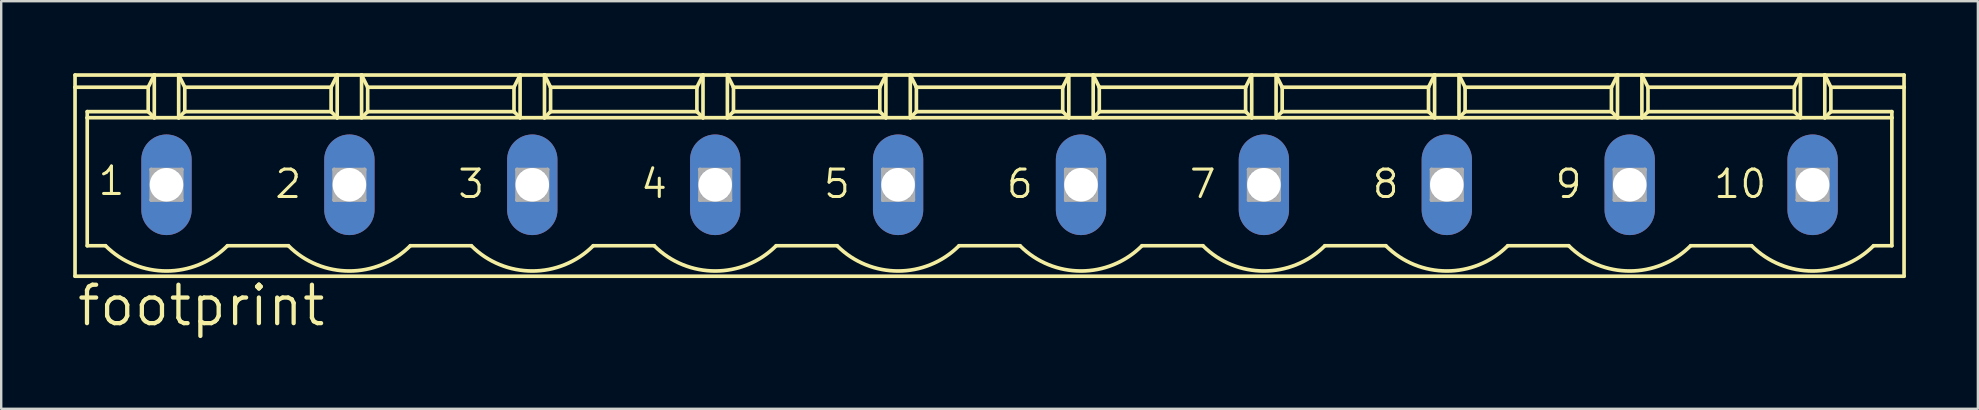
<source format=kicad_pcb>
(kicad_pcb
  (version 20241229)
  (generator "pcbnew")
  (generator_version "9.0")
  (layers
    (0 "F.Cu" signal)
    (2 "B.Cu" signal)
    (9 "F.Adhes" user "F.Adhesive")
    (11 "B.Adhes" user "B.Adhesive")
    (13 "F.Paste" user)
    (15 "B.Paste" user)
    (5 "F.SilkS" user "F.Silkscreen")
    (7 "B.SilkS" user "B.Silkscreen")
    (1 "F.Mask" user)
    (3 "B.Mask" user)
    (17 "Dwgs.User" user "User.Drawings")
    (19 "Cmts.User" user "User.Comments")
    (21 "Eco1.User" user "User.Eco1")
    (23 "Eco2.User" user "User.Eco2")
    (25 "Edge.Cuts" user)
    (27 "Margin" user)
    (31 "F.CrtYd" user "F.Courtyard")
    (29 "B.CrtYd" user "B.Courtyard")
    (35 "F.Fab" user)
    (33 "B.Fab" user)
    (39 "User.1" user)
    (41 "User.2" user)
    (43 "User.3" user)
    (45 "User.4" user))
  (footprint "footprint"
    (layer "F.Cu")
    (at 38.176 4.648)
    (property "Reference" "footprint" (at -38.1 5.969 0) (layer "F.SilkS") (effects (font (size 1.6 1.6) (thickness 0.178)) (justify left bottom)))
    (fp_line (start -38.1 -4.572) (end -34.798 -4.572) (stroke (width 0.152) (type solid)) (layer "F.SilkS"))
    (fp_line (start -38.1 -4.064) (end -38.1 -4.572) (stroke (width 0.152) (type solid)) (layer "F.SilkS"))
    (fp_line (start -38.1 -4.064) (end -35.052 -4.064) (stroke (width 0.152) (type solid)) (layer "F.SilkS"))
    (fp_line (start -38.1 3.81) (end -38.1 -4.064) (stroke (width 0.152) (type solid)) (layer "F.SilkS"))
    (fp_line (start -37.592 -3.048) (end -35.052 -3.048) (stroke (width 0.152) (type solid)) (layer "F.SilkS"))
    (fp_line (start -37.592 -2.794) (end -37.592 -3.048) (stroke (width 0.152) (type solid)) (layer "F.SilkS"))
    (fp_line (start -37.592 -2.794) (end -34.798 -2.794) (stroke (width 0.152) (type solid)) (layer "F.SilkS"))
    (fp_line (start -37.592 2.54) (end -37.592 -2.794) (stroke (width 0.152) (type solid)) (layer "F.SilkS"))
    (fp_line (start -36.83 2.54) (end -37.592 2.54) (stroke (width 0.152) (type solid)) (layer "F.SilkS"))
    (fp_line (start -35.052 -4.064) (end -34.798 -4.572) (stroke (width 0.152) (type solid)) (layer "F.SilkS"))
    (fp_line (start -35.052 -3.048) (end -35.052 -4.064) (stroke (width 0.152) (type solid)) (layer "F.SilkS"))
    (fp_line (start -35.052 -3.048) (end -34.798 -2.794) (stroke (width 0.152) (type solid)) (layer "F.SilkS"))
    (fp_line (start -34.798 -4.572) (end -33.782 -4.572) (stroke (width 0.152) (type solid)) (layer "F.SilkS"))
    (fp_line (start -34.798 -2.794) (end -34.798 -4.572) (stroke (width 0.152) (type solid)) (layer "F.SilkS"))
    (fp_line (start -34.798 -2.794) (end -33.782 -2.794) (stroke (width 0.152) (type solid)) (layer "F.SilkS"))
    (fp_line (start -33.782 -4.572) (end -33.528 -4.064) (stroke (width 0.152) (type solid)) (layer "F.SilkS"))
    (fp_line (start -33.782 -4.572) (end -27.178 -4.572) (stroke (width 0.152) (type solid)) (layer "F.SilkS"))
    (fp_line (start -33.782 -2.794) (end -33.782 -4.572) (stroke (width 0.152) (type solid)) (layer "F.SilkS"))
    (fp_line (start -33.782 -2.794) (end -27.178 -2.794) (stroke (width 0.152) (type solid)) (layer "F.SilkS"))
    (fp_line (start -33.528 -4.064) (end -33.528 -3.048) (stroke (width 0.152) (type solid)) (layer "F.SilkS"))
    (fp_line (start -33.528 -4.064) (end -27.432 -4.064) (stroke (width 0.152) (type solid)) (layer "F.SilkS"))
    (fp_line (start -33.528 -3.048) (end -33.782 -2.794) (stroke (width 0.152) (type solid)) (layer "F.SilkS"))
    (fp_line (start -29.21 2.54) (end -31.75 2.54) (stroke (width 0.152) (type solid)) (layer "F.SilkS"))
    (fp_line (start -27.432 -4.064) (end -27.432 -3.048) (stroke (width 0.152) (type solid)) (layer "F.SilkS"))
    (fp_line (start -27.432 -4.064) (end -27.178 -4.572) (stroke (width 0.152) (type solid)) (layer "F.SilkS"))
    (fp_line (start -27.432 -3.048) (end -33.528 -3.048) (stroke (width 0.152) (type solid)) (layer "F.SilkS"))
    (fp_line (start -27.432 -3.048) (end -27.178 -2.794) (stroke (width 0.152) (type solid)) (layer "F.SilkS"))
    (fp_line (start -27.178 -4.572) (end -26.162 -4.572) (stroke (width 0.152) (type solid)) (layer "F.SilkS"))
    (fp_line (start -27.178 -2.794) (end -27.178 -4.572) (stroke (width 0.152) (type solid)) (layer "F.SilkS"))
    (fp_line (start -27.178 -2.794) (end -26.162 -2.794) (stroke (width 0.152) (type solid)) (layer "F.SilkS"))
    (fp_line (start -26.162 -4.572) (end -25.908 -4.064) (stroke (width 0.152) (type solid)) (layer "F.SilkS"))
    (fp_line (start -26.162 -4.572) (end -19.558 -4.572) (stroke (width 0.152) (type solid)) (layer "F.SilkS"))
    (fp_line (start -26.162 -2.794) (end -26.162 -4.572) (stroke (width 0.152) (type solid)) (layer "F.SilkS"))
    (fp_line (start -26.162 -2.794) (end -19.558 -2.794) (stroke (width 0.152) (type solid)) (layer "F.SilkS"))
    (fp_line (start -25.908 -4.064) (end -25.908 -3.048) (stroke (width 0.152) (type solid)) (layer "F.SilkS"))
    (fp_line (start -25.908 -4.064) (end -19.812 -4.064) (stroke (width 0.152) (type solid)) (layer "F.SilkS"))
    (fp_line (start -25.908 -3.048) (end -26.162 -2.794) (stroke (width 0.152) (type solid)) (layer "F.SilkS"))
    (fp_line (start -25.908 -3.048) (end -19.812 -3.048) (stroke (width 0.152) (type solid)) (layer "F.SilkS"))
    (fp_line (start -21.59 2.54) (end -24.13 2.54) (stroke (width 0.152) (type solid)) (layer "F.SilkS"))
    (fp_line (start -19.812 -4.064) (end -19.558 -4.572) (stroke (width 0.152) (type solid)) (layer "F.SilkS"))
    (fp_line (start -19.812 -3.048) (end -19.812 -4.064) (stroke (width 0.152) (type solid)) (layer "F.SilkS"))
    (fp_line (start -19.812 -3.048) (end -19.558 -2.794) (stroke (width 0.152) (type solid)) (layer "F.SilkS"))
    (fp_line (start -19.558 -4.572) (end -18.542 -4.572) (stroke (width 0.152) (type solid)) (layer "F.SilkS"))
    (fp_line (start -19.558 -2.794) (end -19.558 -4.572) (stroke (width 0.152) (type solid)) (layer "F.SilkS"))
    (fp_line (start -19.558 -2.794) (end -18.542 -2.794) (stroke (width 0.152) (type solid)) (layer "F.SilkS"))
    (fp_line (start -18.542 -4.572) (end -18.288 -4.064) (stroke (width 0.152) (type solid)) (layer "F.SilkS"))
    (fp_line (start -18.542 -4.572) (end -11.938 -4.572) (stroke (width 0.152) (type solid)) (layer "F.SilkS"))
    (fp_line (start -18.542 -2.794) (end -18.542 -4.572) (stroke (width 0.152) (type solid)) (layer "F.SilkS"))
    (fp_line (start -18.542 -2.794) (end -11.938 -2.794) (stroke (width 0.152) (type solid)) (layer "F.SilkS"))
    (fp_line (start -18.288 -4.064) (end -18.288 -3.048) (stroke (width 0.152) (type solid)) (layer "F.SilkS"))
    (fp_line (start -18.288 -4.064) (end -12.192 -4.064) (stroke (width 0.152) (type solid)) (layer "F.SilkS"))
    (fp_line (start -18.288 -3.048) (end -18.542 -2.794) (stroke (width 0.152) (type solid)) (layer "F.SilkS"))
    (fp_line (start -13.97 2.54) (end -16.51 2.54) (stroke (width 0.152) (type solid)) (layer "F.SilkS"))
    (fp_line (start -12.192 -4.064) (end -12.192 -3.048) (stroke (width 0.152) (type solid)) (layer "F.SilkS"))
    (fp_line (start -12.192 -4.064) (end -11.938 -4.572) (stroke (width 0.152) (type solid)) (layer "F.SilkS"))
    (fp_line (start -12.192 -3.048) (end -18.288 -3.048) (stroke (width 0.152) (type solid)) (layer "F.SilkS"))
    (fp_line (start -12.192 -3.048) (end -11.938 -2.794) (stroke (width 0.152) (type solid)) (layer "F.SilkS"))
    (fp_line (start -11.938 -4.572) (end -10.922 -4.572) (stroke (width 0.152) (type solid)) (layer "F.SilkS"))
    (fp_line (start -11.938 -2.794) (end -11.938 -4.572) (stroke (width 0.152) (type solid)) (layer "F.SilkS"))
    (fp_line (start -11.938 -2.794) (end -10.922 -2.794) (stroke (width 0.152) (type solid)) (layer "F.SilkS"))
    (fp_line (start -10.922 -4.572) (end -10.668 -4.064) (stroke (width 0.152) (type solid)) (layer "F.SilkS"))
    (fp_line (start -10.922 -4.572) (end -4.318 -4.572) (stroke (width 0.152) (type solid)) (layer "F.SilkS"))
    (fp_line (start -10.922 -2.794) (end -10.922 -4.572) (stroke (width 0.152) (type solid)) (layer "F.SilkS"))
    (fp_line (start -10.922 -2.794) (end -4.318 -2.794) (stroke (width 0.152) (type solid)) (layer "F.SilkS"))
    (fp_line (start -10.668 -4.064) (end -10.668 -3.048) (stroke (width 0.152) (type solid)) (layer "F.SilkS"))
    (fp_line (start -10.668 -4.064) (end -4.572 -4.064) (stroke (width 0.152) (type solid)) (layer "F.SilkS"))
    (fp_line (start -10.668 -3.048) (end -10.922 -2.794) (stroke (width 0.152) (type solid)) (layer "F.SilkS"))
    (fp_line (start -10.668 -3.048) (end -4.572 -3.048) (stroke (width 0.152) (type solid)) (layer "F.SilkS"))
    (fp_line (start -6.35 2.54) (end -8.89 2.54) (stroke (width 0.152) (type solid)) (layer "F.SilkS"))
    (fp_line (start -4.572 -4.064) (end -4.572 -3.048) (stroke (width 0.152) (type solid)) (layer "F.SilkS"))
    (fp_line (start -4.572 -4.064) (end -4.318 -4.572) (stroke (width 0.152) (type solid)) (layer "F.SilkS"))
    (fp_line (start -4.572 -3.048) (end -4.318 -2.794) (stroke (width 0.152) (type solid)) (layer "F.SilkS"))
    (fp_line (start -4.318 -4.572) (end -3.302 -4.572) (stroke (width 0.152) (type solid)) (layer "F.SilkS"))
    (fp_line (start -4.318 -2.794) (end -4.318 -4.572) (stroke (width 0.152) (type solid)) (layer "F.SilkS"))
    (fp_line (start -4.318 -2.794) (end -3.302 -2.794) (stroke (width 0.152) (type solid)) (layer "F.SilkS"))
    (fp_line (start -3.302 -4.572) (end -3.048 -4.064) (stroke (width 0.152) (type solid)) (layer "F.SilkS"))
    (fp_line (start -3.302 -4.572) (end 3.302 -4.572) (stroke (width 0.152) (type solid)) (layer "F.SilkS"))
    (fp_line (start -3.302 -2.794) (end -3.302 -4.572) (stroke (width 0.152) (type solid)) (layer "F.SilkS"))
    (fp_line (start -3.302 -2.794) (end 3.302 -2.794) (stroke (width 0.152) (type solid)) (layer "F.SilkS"))
    (fp_line (start -3.048 -4.064) (end -3.048 -3.048) (stroke (width 0.152) (type solid)) (layer "F.SilkS"))
    (fp_line (start -3.048 -4.064) (end 3.048 -4.064) (stroke (width 0.152) (type solid)) (layer "F.SilkS"))
    (fp_line (start -3.048 -3.048) (end -3.302 -2.794) (stroke (width 0.152) (type solid)) (layer "F.SilkS"))
    (fp_line (start -3.048 -3.048) (end 3.048 -3.048) (stroke (width 0.152) (type solid)) (layer "F.SilkS"))
    (fp_line (start 1.27 2.54) (end -1.27 2.54) (stroke (width 0.152) (type solid)) (layer "F.SilkS"))
    (fp_line (start 3.048 -4.064) (end 3.048 -3.048) (stroke (width 0.152) (type solid)) (layer "F.SilkS"))
    (fp_line (start 3.048 -4.064) (end 3.302 -4.572) (stroke (width 0.152) (type solid)) (layer "F.SilkS"))
    (fp_line (start 3.048 -3.048) (end 3.302 -2.794) (stroke (width 0.152) (type solid)) (layer "F.SilkS"))
    (fp_line (start 3.302 -4.572) (end 4.318 -4.572) (stroke (width 0.152) (type solid)) (layer "F.SilkS"))
    (fp_line (start 3.302 -2.794) (end 3.302 -4.572) (stroke (width 0.152) (type solid)) (layer "F.SilkS"))
    (fp_line (start 3.302 -2.794) (end 4.318 -2.794) (stroke (width 0.152) (type solid)) (layer "F.SilkS"))
    (fp_line (start 4.318 -4.572) (end 4.572 -4.064) (stroke (width 0.152) (type solid)) (layer "F.SilkS"))
    (fp_line (start 4.318 -4.572) (end 10.922 -4.572) (stroke (width 0.152) (type solid)) (layer "F.SilkS"))
    (fp_line (start 4.318 -2.794) (end 4.318 -4.572) (stroke (width 0.152) (type solid)) (layer "F.SilkS"))
    (fp_line (start 4.318 -2.794) (end 10.922 -2.794) (stroke (width 0.152) (type solid)) (layer "F.SilkS"))
    (fp_line (start 4.572 -4.064) (end 4.572 -3.048) (stroke (width 0.152) (type solid)) (layer "F.SilkS"))
    (fp_line (start 4.572 -4.064) (end 10.668 -4.064) (stroke (width 0.152) (type solid)) (layer "F.SilkS"))
    (fp_line (start 4.572 -3.048) (end 4.318 -2.794) (stroke (width 0.152) (type solid)) (layer "F.SilkS"))
    (fp_line (start 4.572 -3.048) (end 10.668 -3.048) (stroke (width 0.152) (type solid)) (layer "F.SilkS"))
    (fp_line (start 8.89 2.54) (end 6.35 2.54) (stroke (width 0.152) (type solid)) (layer "F.SilkS"))
    (fp_line (start 10.668 -4.064) (end 10.668 -3.048) (stroke (width 0.152) (type solid)) (layer "F.SilkS"))
    (fp_line (start 10.668 -4.064) (end 10.922 -4.572) (stroke (width 0.152) (type solid)) (layer "F.SilkS"))
    (fp_line (start 10.668 -3.048) (end 10.922 -2.794) (stroke (width 0.152) (type solid)) (layer "F.SilkS"))
    (fp_line (start 10.922 -4.572) (end 11.938 -4.572) (stroke (width 0.152) (type solid)) (layer "F.SilkS"))
    (fp_line (start 10.922 -2.794) (end 10.922 -4.572) (stroke (width 0.152) (type solid)) (layer "F.SilkS"))
    (fp_line (start 10.922 -2.794) (end 11.938 -2.794) (stroke (width 0.152) (type solid)) (layer "F.SilkS"))
    (fp_line (start 11.938 -4.572) (end 12.192 -4.064) (stroke (width 0.152) (type solid)) (layer "F.SilkS"))
    (fp_line (start 11.938 -4.572) (end 18.542 -4.572) (stroke (width 0.152) (type solid)) (layer "F.SilkS"))
    (fp_line (start 11.938 -2.794) (end 11.938 -4.572) (stroke (width 0.152) (type solid)) (layer "F.SilkS"))
    (fp_line (start 11.938 -2.794) (end 18.542 -2.794) (stroke (width 0.152) (type solid)) (layer "F.SilkS"))
    (fp_line (start 12.192 -4.064) (end 12.192 -3.048) (stroke (width 0.152) (type solid)) (layer "F.SilkS"))
    (fp_line (start 12.192 -4.064) (end 18.288 -4.064) (stroke (width 0.152) (type solid)) (layer "F.SilkS"))
    (fp_line (start 12.192 -3.048) (end 11.938 -2.794) (stroke (width 0.152) (type solid)) (layer "F.SilkS"))
    (fp_line (start 12.192 -3.048) (end 18.288 -3.048) (stroke (width 0.152) (type solid)) (layer "F.SilkS"))
    (fp_line (start 16.51 2.54) (end 13.97 2.54) (stroke (width 0.152) (type solid)) (layer "F.SilkS"))
    (fp_line (start 18.288 -4.064) (end 18.288 -3.048) (stroke (width 0.152) (type solid)) (layer "F.SilkS"))
    (fp_line (start 18.288 -4.064) (end 18.542 -4.572) (stroke (width 0.152) (type solid)) (layer "F.SilkS"))
    (fp_line (start 18.288 -3.048) (end 18.542 -2.794) (stroke (width 0.152) (type solid)) (layer "F.SilkS"))
    (fp_line (start 18.542 -4.572) (end 19.558 -4.572) (stroke (width 0.152) (type solid)) (layer "F.SilkS"))
    (fp_line (start 18.542 -2.794) (end 18.542 -4.572) (stroke (width 0.152) (type solid)) (layer "F.SilkS"))
    (fp_line (start 18.542 -2.794) (end 19.558 -2.794) (stroke (width 0.152) (type solid)) (layer "F.SilkS"))
    (fp_line (start 19.558 -4.572) (end 19.812 -4.064) (stroke (width 0.152) (type solid)) (layer "F.SilkS"))
    (fp_line (start 19.558 -4.572) (end 26.162 -4.572) (stroke (width 0.152) (type solid)) (layer "F.SilkS"))
    (fp_line (start 19.558 -2.794) (end 19.558 -4.572) (stroke (width 0.152) (type solid)) (layer "F.SilkS"))
    (fp_line (start 19.558 -2.794) (end 26.162 -2.794) (stroke (width 0.152) (type solid)) (layer "F.SilkS"))
    (fp_line (start 19.812 -4.064) (end 19.812 -3.048) (stroke (width 0.152) (type solid)) (layer "F.SilkS"))
    (fp_line (start 19.812 -4.064) (end 25.908 -4.064) (stroke (width 0.152) (type solid)) (layer "F.SilkS"))
    (fp_line (start 19.812 -3.048) (end 19.558 -2.794) (stroke (width 0.152) (type solid)) (layer "F.SilkS"))
    (fp_line (start 19.812 -3.048) (end 25.908 -3.048) (stroke (width 0.152) (type solid)) (layer "F.SilkS"))
    (fp_line (start 24.13 2.54) (end 21.59 2.54) (stroke (width 0.152) (type solid)) (layer "F.SilkS"))
    (fp_line (start 25.908 -4.064) (end 25.908 -3.048) (stroke (width 0.152) (type solid)) (layer "F.SilkS"))
    (fp_line (start 25.908 -4.064) (end 26.162 -4.572) (stroke (width 0.152) (type solid)) (layer "F.SilkS"))
    (fp_line (start 25.908 -3.048) (end 26.162 -2.794) (stroke (width 0.152) (type solid)) (layer "F.SilkS"))
    (fp_line (start 26.162 -4.572) (end 27.178 -4.572) (stroke (width 0.152) (type solid)) (layer "F.SilkS"))
    (fp_line (start 26.162 -2.794) (end 26.162 -4.572) (stroke (width 0.152) (type solid)) (layer "F.SilkS"))
    (fp_line (start 26.162 -2.794) (end 27.178 -2.794) (stroke (width 0.152) (type solid)) (layer "F.SilkS"))
    (fp_line (start 27.178 -4.572) (end 27.432 -4.064) (stroke (width 0.152) (type solid)) (layer "F.SilkS"))
    (fp_line (start 27.178 -4.572) (end 33.782 -4.572) (stroke (width 0.152) (type solid)) (layer "F.SilkS"))
    (fp_line (start 27.178 -2.794) (end 27.178 -4.572) (stroke (width 0.152) (type solid)) (layer "F.SilkS"))
    (fp_line (start 27.178 -2.794) (end 33.782 -2.794) (stroke (width 0.152) (type solid)) (layer "F.SilkS"))
    (fp_line (start 27.432 -4.064) (end 27.432 -3.048) (stroke (width 0.152) (type solid)) (layer "F.SilkS"))
    (fp_line (start 27.432 -4.064) (end 33.528 -4.064) (stroke (width 0.152) (type solid)) (layer "F.SilkS"))
    (fp_line (start 27.432 -3.048) (end 27.178 -2.794) (stroke (width 0.152) (type solid)) (layer "F.SilkS"))
    (fp_line (start 27.432 -3.048) (end 33.528 -3.048) (stroke (width 0.152) (type solid)) (layer "F.SilkS"))
    (fp_line (start 31.75 2.54) (end 29.21 2.54) (stroke (width 0.152) (type solid)) (layer "F.SilkS"))
    (fp_line (start 33.528 -4.064) (end 33.528 -3.048) (stroke (width 0.152) (type solid)) (layer "F.SilkS"))
    (fp_line (start 33.528 -4.064) (end 33.782 -4.572) (stroke (width 0.152) (type solid)) (layer "F.SilkS"))
    (fp_line (start 33.528 -3.048) (end 33.782 -2.794) (stroke (width 0.152) (type solid)) (layer "F.SilkS"))
    (fp_line (start 33.782 -4.572) (end 34.798 -4.572) (stroke (width 0.152) (type solid)) (layer "F.SilkS"))
    (fp_line (start 33.782 -2.794) (end 33.782 -4.572) (stroke (width 0.152) (type solid)) (layer "F.SilkS"))
    (fp_line (start 33.782 -2.794) (end 34.798 -2.794) (stroke (width 0.152) (type solid)) (layer "F.SilkS"))
    (fp_line (start 34.798 -4.572) (end 35.052 -4.064) (stroke (width 0.152) (type solid)) (layer "F.SilkS"))
    (fp_line (start 34.798 -4.572) (end 38.1 -4.572) (stroke (width 0.152) (type solid)) (layer "F.SilkS"))
    (fp_line (start 34.798 -2.794) (end 34.798 -4.572) (stroke (width 0.152) (type solid)) (layer "F.SilkS"))
    (fp_line (start 34.798 -2.794) (end 37.592 -2.794) (stroke (width 0.152) (type solid)) (layer "F.SilkS"))
    (fp_line (start 35.052 -4.064) (end 35.052 -3.048) (stroke (width 0.152) (type solid)) (layer "F.SilkS"))
    (fp_line (start 35.052 -4.064) (end 38.1 -4.064) (stroke (width 0.152) (type solid)) (layer "F.SilkS"))
    (fp_line (start 35.052 -3.048) (end 34.798 -2.794) (stroke (width 0.152) (type solid)) (layer "F.SilkS"))
    (fp_line (start 35.052 -3.048) (end 37.592 -3.048) (stroke (width 0.152) (type solid)) (layer "F.SilkS"))
    (fp_line (start 37.592 -3.048) (end 37.592 -2.794) (stroke (width 0.152) (type solid)) (layer "F.SilkS"))
    (fp_line (start 37.592 -2.794) (end 37.592 2.54) (stroke (width 0.152) (type solid)) (layer "F.SilkS"))
    (fp_line (start 37.592 2.54) (end 36.83 2.54) (stroke (width 0.152) (type solid)) (layer "F.SilkS"))
    (fp_line (start 38.1 -4.064) (end 38.1 -4.572) (stroke (width 0.152) (type solid)) (layer "F.SilkS"))
    (fp_line (start 38.1 3.81) (end -38.1 3.81) (stroke (width 0.152) (type solid)) (layer "F.SilkS"))
    (fp_line (start 38.1 3.81) (end 38.1 -4.064) (stroke (width 0.152) (type solid)) (layer "F.SilkS"))
    (fp_arc (start -31.75 2.54) (mid -34.29 3.592102) (end -36.83 2.54) (stroke (width 0.1524) (type solid)) (layer "F.SilkS"))
    (fp_arc (start -24.13 2.54) (mid -26.67 3.592102) (end -29.21 2.54) (stroke (width 0.1524) (type solid)) (layer "F.SilkS"))
    (fp_arc (start -16.51 2.54) (mid -19.05 3.592102) (end -21.59 2.54) (stroke (width 0.1524) (type solid)) (layer "F.SilkS"))
    (fp_arc (start -8.89 2.54) (mid -11.43 3.592102) (end -13.97 2.54) (stroke (width 0.1524) (type solid)) (layer "F.SilkS"))
    (fp_arc (start -1.27 2.54) (mid -3.81 3.592102) (end -6.35 2.54) (stroke (width 0.1524) (type solid)) (layer "F.SilkS"))
    (fp_arc (start 6.35 2.54) (mid 3.81 3.592102) (end 1.27 2.54) (stroke (width 0.1524) (type solid)) (layer "F.SilkS"))
    (fp_arc (start 13.97 2.54) (mid 11.43 3.592102) (end 8.89 2.54) (stroke (width 0.1524) (type solid)) (layer "F.SilkS"))
    (fp_arc (start 21.59 2.54) (mid 19.05 3.592102) (end 16.51 2.54) (stroke (width 0.1524) (type solid)) (layer "F.SilkS"))
    (fp_arc (start 29.21 2.54) (mid 26.67 3.592102) (end 24.13 2.54) (stroke (width 0.1524) (type solid)) (layer "F.SilkS"))
    (fp_arc (start 36.83 2.54) (mid 34.29 3.592102) (end 31.75 2.54) (stroke (width 0.1524) (type solid)) (layer "F.SilkS"))
    (fp_line (start -34.925 -0.635) (end -34.925 0.635) (stroke (width 0.152) (type solid)) (layer "F.Fab"))
    (fp_line (start -34.925 -0.635) (end -33.655 0.635) (stroke (width 0.152) (type solid)) (layer "F.Fab"))
    (fp_line (start -34.925 0.635) (end -33.655 -0.635) (stroke (width 0.152) (type solid)) (layer "F.Fab"))
    (fp_line (start -34.925 0.635) (end -33.655 0.635) (stroke (width 0.152) (type solid)) (layer "F.Fab"))
    (fp_line (start -33.655 -0.635) (end -34.925 -0.635) (stroke (width 0.152) (type solid)) (layer "F.Fab"))
    (fp_line (start -33.655 0.635) (end -33.655 -0.635) (stroke (width 0.152) (type solid)) (layer "F.Fab"))
    (fp_line (start -27.305 -0.635) (end -27.305 0.635) (stroke (width 0.152) (type solid)) (layer "F.Fab"))
    (fp_line (start -27.305 -0.635) (end -26.035 0.635) (stroke (width 0.152) (type solid)) (layer "F.Fab"))
    (fp_line (start -27.305 0.635) (end -26.035 -0.635) (stroke (width 0.152) (type solid)) (layer "F.Fab"))
    (fp_line (start -27.305 0.635) (end -26.035 0.635) (stroke (width 0.152) (type solid)) (layer "F.Fab"))
    (fp_line (start -26.035 -0.635) (end -27.305 -0.635) (stroke (width 0.152) (type solid)) (layer "F.Fab"))
    (fp_line (start -26.035 0.635) (end -26.035 -0.635) (stroke (width 0.152) (type solid)) (layer "F.Fab"))
    (fp_line (start -19.685 -0.635) (end -19.685 0.635) (stroke (width 0.152) (type solid)) (layer "F.Fab"))
    (fp_line (start -19.685 -0.635) (end -18.415 0.635) (stroke (width 0.152) (type solid)) (layer "F.Fab"))
    (fp_line (start -19.685 0.635) (end -18.415 -0.635) (stroke (width 0.152) (type solid)) (layer "F.Fab"))
    (fp_line (start -19.685 0.635) (end -18.415 0.635) (stroke (width 0.152) (type solid)) (layer "F.Fab"))
    (fp_line (start -18.415 -0.635) (end -19.685 -0.635) (stroke (width 0.152) (type solid)) (layer "F.Fab"))
    (fp_line (start -18.415 0.635) (end -18.415 -0.635) (stroke (width 0.152) (type solid)) (layer "F.Fab"))
    (fp_line (start -12.065 -0.635) (end -12.065 0.635) (stroke (width 0.152) (type solid)) (layer "F.Fab"))
    (fp_line (start -12.065 -0.635) (end -10.795 0.635) (stroke (width 0.152) (type solid)) (layer "F.Fab"))
    (fp_line (start -12.065 0.635) (end -10.795 -0.635) (stroke (width 0.152) (type solid)) (layer "F.Fab"))
    (fp_line (start -12.065 0.635) (end -10.795 0.635) (stroke (width 0.152) (type solid)) (layer "F.Fab"))
    (fp_line (start -10.795 -0.635) (end -12.065 -0.635) (stroke (width 0.152) (type solid)) (layer "F.Fab"))
    (fp_line (start -10.795 0.635) (end -10.795 -0.635) (stroke (width 0.152) (type solid)) (layer "F.Fab"))
    (fp_line (start -4.445 -0.635) (end -4.445 0.635) (stroke (width 0.152) (type solid)) (layer "F.Fab"))
    (fp_line (start -4.445 -0.635) (end -3.175 0.635) (stroke (width 0.152) (type solid)) (layer "F.Fab"))
    (fp_line (start -4.445 0.635) (end -3.175 -0.635) (stroke (width 0.152) (type solid)) (layer "F.Fab"))
    (fp_line (start -4.445 0.635) (end -3.175 0.635) (stroke (width 0.152) (type solid)) (layer "F.Fab"))
    (fp_line (start -3.175 -0.635) (end -4.445 -0.635) (stroke (width 0.152) (type solid)) (layer "F.Fab"))
    (fp_line (start -3.175 0.635) (end -3.175 -0.635) (stroke (width 0.152) (type solid)) (layer "F.Fab"))
    (fp_line (start 3.175 -0.635) (end 3.175 0.635) (stroke (width 0.152) (type solid)) (layer "F.Fab"))
    (fp_line (start 3.175 -0.635) (end 4.445 0.635) (stroke (width 0.152) (type solid)) (layer "F.Fab"))
    (fp_line (start 3.175 0.635) (end 4.445 -0.635) (stroke (width 0.152) (type solid)) (layer "F.Fab"))
    (fp_line (start 3.175 0.635) (end 4.445 0.635) (stroke (width 0.152) (type solid)) (layer "F.Fab"))
    (fp_line (start 4.445 -0.635) (end 3.175 -0.635) (stroke (width 0.152) (type solid)) (layer "F.Fab"))
    (fp_line (start 4.445 0.635) (end 4.445 -0.635) (stroke (width 0.152) (type solid)) (layer "F.Fab"))
    (fp_line (start 10.795 -0.635) (end 10.795 0.635) (stroke (width 0.152) (type solid)) (layer "F.Fab"))
    (fp_line (start 10.795 -0.635) (end 12.065 0.635) (stroke (width 0.152) (type solid)) (layer "F.Fab"))
    (fp_line (start 10.795 0.635) (end 12.065 -0.635) (stroke (width 0.152) (type solid)) (layer "F.Fab"))
    (fp_line (start 10.795 0.635) (end 12.065 0.635) (stroke (width 0.152) (type solid)) (layer "F.Fab"))
    (fp_line (start 12.065 -0.635) (end 10.795 -0.635) (stroke (width 0.152) (type solid)) (layer "F.Fab"))
    (fp_line (start 12.065 0.635) (end 12.065 -0.635) (stroke (width 0.152) (type solid)) (layer "F.Fab"))
    (fp_line (start 18.415 -0.635) (end 18.415 0.635) (stroke (width 0.152) (type solid)) (layer "F.Fab"))
    (fp_line (start 18.415 -0.635) (end 19.685 0.635) (stroke (width 0.152) (type solid)) (layer "F.Fab"))
    (fp_line (start 18.415 0.635) (end 19.685 -0.635) (stroke (width 0.152) (type solid)) (layer "F.Fab"))
    (fp_line (start 18.415 0.635) (end 19.685 0.635) (stroke (width 0.152) (type solid)) (layer "F.Fab"))
    (fp_line (start 19.685 -0.635) (end 18.415 -0.635) (stroke (width 0.152) (type solid)) (layer "F.Fab"))
    (fp_line (start 19.685 0.635) (end 19.685 -0.635) (stroke (width 0.152) (type solid)) (layer "F.Fab"))
    (fp_line (start 26.035 -0.635) (end 26.035 0.635) (stroke (width 0.152) (type solid)) (layer "F.Fab"))
    (fp_line (start 26.035 -0.635) (end 27.305 0.635) (stroke (width 0.152) (type solid)) (layer "F.Fab"))
    (fp_line (start 26.035 0.635) (end 27.305 -0.635) (stroke (width 0.152) (type solid)) (layer "F.Fab"))
    (fp_line (start 26.035 0.635) (end 27.305 0.635) (stroke (width 0.152) (type solid)) (layer "F.Fab"))
    (fp_line (start 27.305 -0.635) (end 26.035 -0.635) (stroke (width 0.152) (type solid)) (layer "F.Fab"))
    (fp_line (start 27.305 0.635) (end 27.305 -0.635) (stroke (width 0.152) (type solid)) (layer "F.Fab"))
    (fp_line (start 33.655 -0.635) (end 33.655 0.635) (stroke (width 0.152) (type solid)) (layer "F.Fab"))
    (fp_line (start 33.655 -0.635) (end 34.925 0.635) (stroke (width 0.152) (type solid)) (layer "F.Fab"))
    (fp_line (start 33.655 0.635) (end 34.925 -0.635) (stroke (width 0.152) (type solid)) (layer "F.Fab"))
    (fp_line (start 33.655 0.635) (end 34.925 0.635) (stroke (width 0.152) (type solid)) (layer "F.Fab"))
    (fp_line (start 34.925 -0.635) (end 33.655 -0.635) (stroke (width 0.152) (type solid)) (layer "F.Fab"))
    (fp_line (start 34.925 0.635) (end 34.925 -0.635) (stroke (width 0.152) (type solid)) (layer "F.Fab"))
    (fp_text user "2" (at -29.845 0.635 0) (layer "F.SilkS") (effects (font (size 1.143 1.143) (thickness 0.127)) (justify left bottom)))
    (fp_text user "1" (at -37.211 0.508 0) (layer "F.SilkS") (effects (font (size 1.143 1.143) (thickness 0.127)) (justify left bottom)))
    (fp_text user "7" (at 8.255 0.635 0) (layer "F.SilkS") (effects (font (size 1.143 1.143) (thickness 0.127)) (justify left bottom)))
    (fp_text user "5" (at -6.985 0.635 0) (layer "F.SilkS") (effects (font (size 1.143 1.143) (thickness 0.127)) (justify left bottom)))
    (fp_text user "10" (at 30.099 0.635 0) (layer "F.SilkS") (effects (font (size 1.143 1.143) (thickness 0.127)) (justify left bottom)))
    (fp_text user "4" (at -14.605 0.635 0) (layer "F.SilkS") (effects (font (size 1.143 1.143) (thickness 0.127)) (justify left bottom)))
    (fp_text user "6" (at 0.635 0.635 0) (layer "F.SilkS") (effects (font (size 1.143 1.143) (thickness 0.127)) (justify left bottom)))
    (fp_text user "3" (at -22.225 0.635 0) (layer "F.SilkS") (effects (font (size 1.143 1.143) (thickness 0.127)) (justify left bottom)))
    (fp_text user "8" (at 15.875 0.635 0) (layer "F.SilkS") (effects (font (size 1.143 1.143) (thickness 0.127)) (justify left bottom)))
    (fp_text user "9" (at 23.495 0.635 0) (layer "F.SilkS") (effects (font (size 1.143 1.143) (thickness 0.127)) (justify left bottom)))
    (pad "1" thru_hole oval (at -34.29 0 90) (size 4.191 2.095) (drill 1.397) (layers "*.Cu" "*.Mask"))
    (pad "2" thru_hole oval (at -26.67 0 90) (size 4.191 2.095) (drill 1.397) (layers "*.Cu" "*.Mask"))
    (pad "3" thru_hole oval (at -19.05 0 90) (size 4.191 2.095) (drill 1.397) (layers "*.Cu" "*.Mask"))
    (pad "4" thru_hole oval (at -11.43 0 90) (size 4.191 2.095) (drill 1.397) (layers "*.Cu" "*.Mask"))
    (pad "5" thru_hole oval (at -3.81 0 90) (size 4.191 2.095) (drill 1.397) (layers "*.Cu" "*.Mask"))
    (pad "6" thru_hole oval (at 3.81 0 90) (size 4.191 2.095) (drill 1.397) (layers "*.Cu" "*.Mask"))
    (pad "7" thru_hole oval (at 11.43 0 90) (size 4.191 2.095) (drill 1.397) (layers "*.Cu" "*.Mask"))
    (pad "8" thru_hole oval (at 19.05 0 90) (size 4.191 2.095) (drill 1.397) (layers "*.Cu" "*.Mask"))
    (pad "9" thru_hole oval (at 26.67 0 90) (size 4.191 2.095) (drill 1.397) (layers "*.Cu" "*.Mask"))
    (pad "10" thru_hole oval (at 34.29 0 90) (size 4.191 2.095) (drill 1.397) (layers "*.Cu" "*.Mask")))
  (gr_rect
    (start -3 -3)
    (end 79.352 13.98)
    (stroke (width 0.1) (type default))
    (fill no)
    (layer "Edge.Cuts")))
</source>
